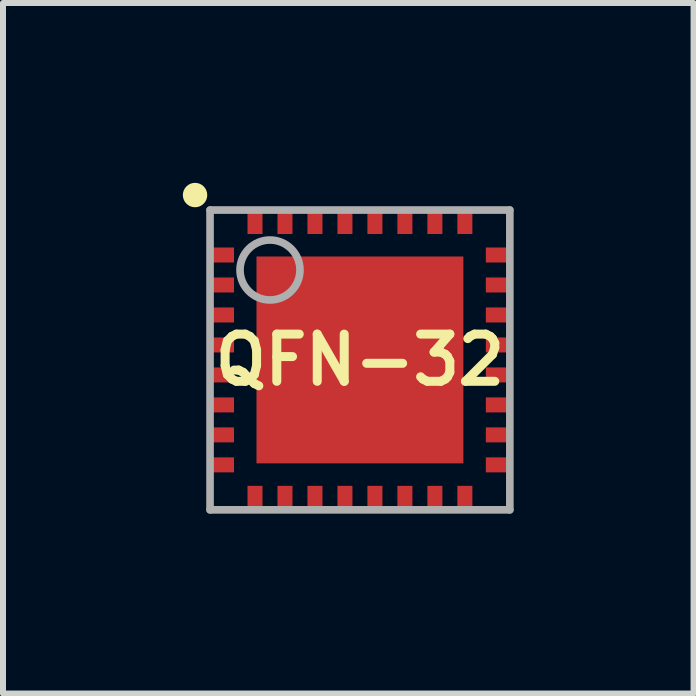
<source format=kicad_pcb>
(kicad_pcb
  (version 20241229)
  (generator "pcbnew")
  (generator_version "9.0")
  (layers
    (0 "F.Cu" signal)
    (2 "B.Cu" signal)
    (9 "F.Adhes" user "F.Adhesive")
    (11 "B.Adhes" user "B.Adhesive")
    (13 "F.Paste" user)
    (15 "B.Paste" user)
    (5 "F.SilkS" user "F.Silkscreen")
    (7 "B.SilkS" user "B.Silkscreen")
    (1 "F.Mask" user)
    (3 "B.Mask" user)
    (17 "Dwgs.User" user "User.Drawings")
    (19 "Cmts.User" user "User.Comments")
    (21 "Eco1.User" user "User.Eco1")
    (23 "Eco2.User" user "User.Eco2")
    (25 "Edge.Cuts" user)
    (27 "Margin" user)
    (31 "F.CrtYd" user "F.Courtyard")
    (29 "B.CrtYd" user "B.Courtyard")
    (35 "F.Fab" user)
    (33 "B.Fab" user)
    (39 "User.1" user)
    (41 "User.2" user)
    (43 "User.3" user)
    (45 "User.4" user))
  (footprint "QFN-32"
    (layer "F.Cu")
    (at 2.953 2.953)
    (property "Reference" "QFN-32" (at 0 0 0) (layer "F.SilkS") (effects (font (size 0.787 0.787) (thickness 0.15))))
    (attr smd)
    (fp_circle (center -2.75 -2.75) (end -2.648 -2.75) (stroke (width 0.203) (type solid)) (fill no) (layer "F.SilkS"))
    (fp_poly (pts (xy -2.475 -1.825) (xy -2.125 -1.825) (xy -2.125 -1.675) (xy -2.475 -1.675)) (stroke (width 0.01) (type solid)) (fill yes) (layer "F.Paste"))
    (fp_poly (pts (xy -2.475 -1.325) (xy -2.125 -1.325) (xy -2.125 -1.175) (xy -2.475 -1.175)) (stroke (width 0.01) (type solid)) (fill yes) (layer "F.Paste"))
    (fp_poly (pts (xy -2.475 -0.825) (xy -2.125 -0.825) (xy -2.125 -0.675) (xy -2.475 -0.675)) (stroke (width 0.01) (type solid)) (fill yes) (layer "F.Paste"))
    (fp_poly (pts (xy -2.475 -0.325) (xy -2.125 -0.325) (xy -2.125 -0.175) (xy -2.475 -0.175)) (stroke (width 0.01) (type solid)) (fill yes) (layer "F.Paste"))
    (fp_poly (pts (xy -2.475 0.175) (xy -2.125 0.175) (xy -2.125 0.325) (xy -2.475 0.325)) (stroke (width 0.01) (type solid)) (fill yes) (layer "F.Paste"))
    (fp_poly (pts (xy -2.475 0.675) (xy -2.125 0.675) (xy -2.125 0.825) (xy -2.475 0.825)) (stroke (width 0.01) (type solid)) (fill yes) (layer "F.Paste"))
    (fp_poly (pts (xy -2.475 1.175) (xy -2.125 1.175) (xy -2.125 1.325) (xy -2.475 1.325)) (stroke (width 0.01) (type solid)) (fill yes) (layer "F.Paste"))
    (fp_poly (pts (xy -2.475 1.675) (xy -2.125 1.675) (xy -2.125 1.825) (xy -2.475 1.825)) (stroke (width 0.01) (type solid)) (fill yes) (layer "F.Paste"))
    (fp_poly (pts (xy -1.825 2.475) (xy -1.825 2.125) (xy -1.675 2.125) (xy -1.675 2.475)) (stroke (width 0.01) (type solid)) (fill yes) (layer "F.Paste"))
    (fp_poly (pts (xy -1.675 -2.475) (xy -1.675 -2.125) (xy -1.825 -2.125) (xy -1.825 -2.475)) (stroke (width 0.01) (type solid)) (fill yes) (layer "F.Paste"))
    (fp_poly (pts (xy -1.325 2.475) (xy -1.325 2.125) (xy -1.175 2.125) (xy -1.175 2.475)) (stroke (width 0.01) (type solid)) (fill yes) (layer "F.Paste"))
    (fp_poly (pts (xy -1.25 -1.25) (xy -0.25 -1.25) (xy -0.25 -0.25) (xy -1.25 -0.25)) (stroke (width 0.01) (type solid)) (fill yes) (layer "F.Paste"))
    (fp_poly (pts (xy -1.25 0.25) (xy -0.25 0.25) (xy -0.25 1.25) (xy -1.25 1.25)) (stroke (width 0.01) (type solid)) (fill yes) (layer "F.Paste"))
    (fp_poly (pts (xy -1.175 -2.475) (xy -1.175 -2.125) (xy -1.325 -2.125) (xy -1.325 -2.475)) (stroke (width 0.01) (type solid)) (fill yes) (layer "F.Paste"))
    (fp_poly (pts (xy -0.825 2.475) (xy -0.825 2.125) (xy -0.675 2.125) (xy -0.675 2.475)) (stroke (width 0.01) (type solid)) (fill yes) (layer "F.Paste"))
    (fp_poly (pts (xy -0.675 -2.475) (xy -0.675 -2.125) (xy -0.825 -2.125) (xy -0.825 -2.475)) (stroke (width 0.01) (type solid)) (fill yes) (layer "F.Paste"))
    (fp_poly (pts (xy -0.325 2.475) (xy -0.325 2.125) (xy -0.175 2.125) (xy -0.175 2.475)) (stroke (width 0.01) (type solid)) (fill yes) (layer "F.Paste"))
    (fp_poly (pts (xy -0.175 -2.475) (xy -0.175 -2.125) (xy -0.325 -2.125) (xy -0.325 -2.475)) (stroke (width 0.01) (type solid)) (fill yes) (layer "F.Paste"))
    (fp_poly (pts (xy 0.175 2.475) (xy 0.175 2.125) (xy 0.325 2.125) (xy 0.325 2.475)) (stroke (width 0.01) (type solid)) (fill yes) (layer "F.Paste"))
    (fp_poly (pts (xy 0.25 -1.25) (xy 1.25 -1.25) (xy 1.25 -0.25) (xy 0.25 -0.25)) (stroke (width 0.01) (type solid)) (fill yes) (layer "F.Paste"))
    (fp_poly (pts (xy 0.25 0.25) (xy 1.25 0.25) (xy 1.25 1.25) (xy 0.25 1.25)) (stroke (width 0.01) (type solid)) (fill yes) (layer "F.Paste"))
    (fp_poly (pts (xy 0.325 -2.475) (xy 0.325 -2.125) (xy 0.175 -2.125) (xy 0.175 -2.475)) (stroke (width 0.01) (type solid)) (fill yes) (layer "F.Paste"))
    (fp_poly (pts (xy 0.675 2.475) (xy 0.675 2.125) (xy 0.825 2.125) (xy 0.825 2.475)) (stroke (width 0.01) (type solid)) (fill yes) (layer "F.Paste"))
    (fp_poly (pts (xy 0.825 -2.475) (xy 0.825 -2.125) (xy 0.675 -2.125) (xy 0.675 -2.475)) (stroke (width 0.01) (type solid)) (fill yes) (layer "F.Paste"))
    (fp_poly (pts (xy 1.175 2.475) (xy 1.175 2.125) (xy 1.325 2.125) (xy 1.325 2.475)) (stroke (width 0.01) (type solid)) (fill yes) (layer "F.Paste"))
    (fp_poly (pts (xy 1.325 -2.475) (xy 1.325 -2.125) (xy 1.175 -2.125) (xy 1.175 -2.475)) (stroke (width 0.01) (type solid)) (fill yes) (layer "F.Paste"))
    (fp_poly (pts (xy 1.675 2.475) (xy 1.675 2.125) (xy 1.825 2.125) (xy 1.825 2.475)) (stroke (width 0.01) (type solid)) (fill yes) (layer "F.Paste"))
    (fp_poly (pts (xy 1.825 -2.475) (xy 1.825 -2.125) (xy 1.675 -2.125) (xy 1.675 -2.475)) (stroke (width 0.01) (type solid)) (fill yes) (layer "F.Paste"))
    (fp_poly (pts (xy 2.475 -1.675) (xy 2.125 -1.675) (xy 2.125 -1.825) (xy 2.475 -1.825)) (stroke (width 0.01) (type solid)) (fill yes) (layer "F.Paste"))
    (fp_poly (pts (xy 2.475 -1.175) (xy 2.125 -1.175) (xy 2.125 -1.325) (xy 2.475 -1.325)) (stroke (width 0.01) (type solid)) (fill yes) (layer "F.Paste"))
    (fp_poly (pts (xy 2.475 -0.675) (xy 2.125 -0.675) (xy 2.125 -0.825) (xy 2.475 -0.825)) (stroke (width 0.01) (type solid)) (fill yes) (layer "F.Paste"))
    (fp_poly (pts (xy 2.475 -0.175) (xy 2.125 -0.175) (xy 2.125 -0.325) (xy 2.475 -0.325)) (stroke (width 0.01) (type solid)) (fill yes) (layer "F.Paste"))
    (fp_poly (pts (xy 2.475 0.325) (xy 2.125 0.325) (xy 2.125 0.175) (xy 2.475 0.175)) (stroke (width 0.01) (type solid)) (fill yes) (layer "F.Paste"))
    (fp_poly (pts (xy 2.475 0.825) (xy 2.125 0.825) (xy 2.125 0.675) (xy 2.475 0.675)) (stroke (width 0.01) (type solid)) (fill yes) (layer "F.Paste"))
    (fp_poly (pts (xy 2.475 1.325) (xy 2.125 1.325) (xy 2.125 1.175) (xy 2.475 1.175)) (stroke (width 0.01) (type solid)) (fill yes) (layer "F.Paste"))
    (fp_poly (pts (xy 2.475 1.825) (xy 2.125 1.825) (xy 2.125 1.675) (xy 2.475 1.675)) (stroke (width 0.01) (type solid)) (fill yes) (layer "F.Paste"))
    (fp_line (start -2.5 -2.5) (end -2.5 2.5) (stroke (width 0.127) (type solid)) (layer "F.Fab"))
    (fp_line (start -2.5 2.5) (end 2.5 2.5) (stroke (width 0.127) (type solid)) (layer "F.Fab"))
    (fp_line (start 2.5 -2.5) (end -2.5 -2.5) (stroke (width 0.127) (type solid)) (layer "F.Fab"))
    (fp_line (start 2.5 2.5) (end 2.5 -2.5) (stroke (width 0.127) (type solid)) (layer "F.Fab"))
    (fp_circle (center -1.5 -1.5) (end -1 -1.5) (stroke (width 0.127) (type solid)) (fill no) (layer "F.Fab"))
    (pad "1" smd rect (at -2.3 -1.75) (size 0.4 0.25) (layers "F.Cu" "F.Mask"))
    (pad "2" smd rect (at -2.3 -1.25) (size 0.4 0.25) (layers "F.Cu" "F.Mask"))
    (pad "3" smd rect (at -2.3 -0.75) (size 0.4 0.25) (layers "F.Cu" "F.Mask"))
    (pad "4" smd rect (at -2.3 -0.25) (size 0.4 0.25) (layers "F.Cu" "F.Mask"))
    (pad "5" smd rect (at -2.3 0.25) (size 0.4 0.25) (layers "F.Cu" "F.Mask"))
    (pad "6" smd rect (at -2.3 0.75) (size 0.4 0.25) (layers "F.Cu" "F.Mask"))
    (pad "7" smd rect (at -2.3 1.25) (size 0.4 0.25) (layers "F.Cu" "F.Mask"))
    (pad "8" smd rect (at -2.3 1.75) (size 0.4 0.25) (layers "F.Cu" "F.Mask"))
    (pad "9" smd rect (at -1.75 2.3) (size 0.25 0.4) (layers "F.Cu" "F.Mask"))
    (pad "10" smd rect (at -1.25 2.3) (size 0.25 0.4) (layers "F.Cu" "F.Mask"))
    (pad "11" smd rect (at -0.75 2.3) (size 0.25 0.4) (layers "F.Cu" "F.Mask"))
    (pad "12" smd rect (at -0.25 2.3) (size 0.25 0.4) (layers "F.Cu" "F.Mask"))
    (pad "13" smd rect (at 0.25 2.3) (size 0.25 0.4) (layers "F.Cu" "F.Mask"))
    (pad "14" smd rect (at 0.75 2.3) (size 0.25 0.4) (layers "F.Cu" "F.Mask"))
    (pad "15" smd rect (at 1.25 2.3) (size 0.25 0.4) (layers "F.Cu" "F.Mask"))
    (pad "16" smd rect (at 1.75 2.3) (size 0.25 0.4) (layers "F.Cu" "F.Mask"))
    (pad "17" smd rect (at 2.3 1.75) (size 0.4 0.25) (layers "F.Cu" "F.Mask"))
    (pad "18" smd rect (at 2.3 1.25) (size 0.4 0.25) (layers "F.Cu" "F.Mask"))
    (pad "19" smd rect (at 2.3 0.75) (size 0.4 0.25) (layers "F.Cu" "F.Mask"))
    (pad "20" smd rect (at 2.3 0.25) (size 0.4 0.25) (layers "F.Cu" "F.Mask"))
    (pad "21" smd rect (at 2.3 -0.25) (size 0.4 0.25) (layers "F.Cu" "F.Mask"))
    (pad "22" smd rect (at 2.3 -0.75) (size 0.4 0.25) (layers "F.Cu" "F.Mask"))
    (pad "23" smd rect (at 2.3 -1.25) (size 0.4 0.25) (layers "F.Cu" "F.Mask"))
    (pad "24" smd rect (at 2.3 -1.75) (size 0.4 0.25) (layers "F.Cu" "F.Mask"))
    (pad "25" smd rect (at 1.75 -2.3) (size 0.25 0.4) (layers "F.Cu" "F.Mask"))
    (pad "26" smd rect (at 1.25 -2.3) (size 0.25 0.4) (layers "F.Cu" "F.Mask"))
    (pad "27" smd rect (at 0.75 -2.3) (size 0.25 0.4) (layers "F.Cu" "F.Mask"))
    (pad "28" smd rect (at 0.25 -2.3) (size 0.25 0.4) (layers "F.Cu" "F.Mask"))
    (pad "29" smd rect (at -0.25 -2.3) (size 0.25 0.4) (layers "F.Cu" "F.Mask"))
    (pad "30" smd rect (at -0.75 -2.3) (size 0.25 0.4) (layers "F.Cu" "F.Mask"))
    (pad "31" smd rect (at -1.25 -2.3) (size 0.25 0.4) (layers "F.Cu" "F.Mask"))
    (pad "32" smd rect (at -1.75 -2.3) (size 0.25 0.4) (layers "F.Cu" "F.Mask"))
    (pad "PADDLE" smd rect (at 0 0) (size 3.45 3.45) (layers "F.Cu" "F.Mask")))
  (gr_rect
    (start -3 -3)
    (end 8.517 8.517)
    (stroke (width 0.1) (type default))
    (fill no)
    (layer "Edge.Cuts")))
</source>
